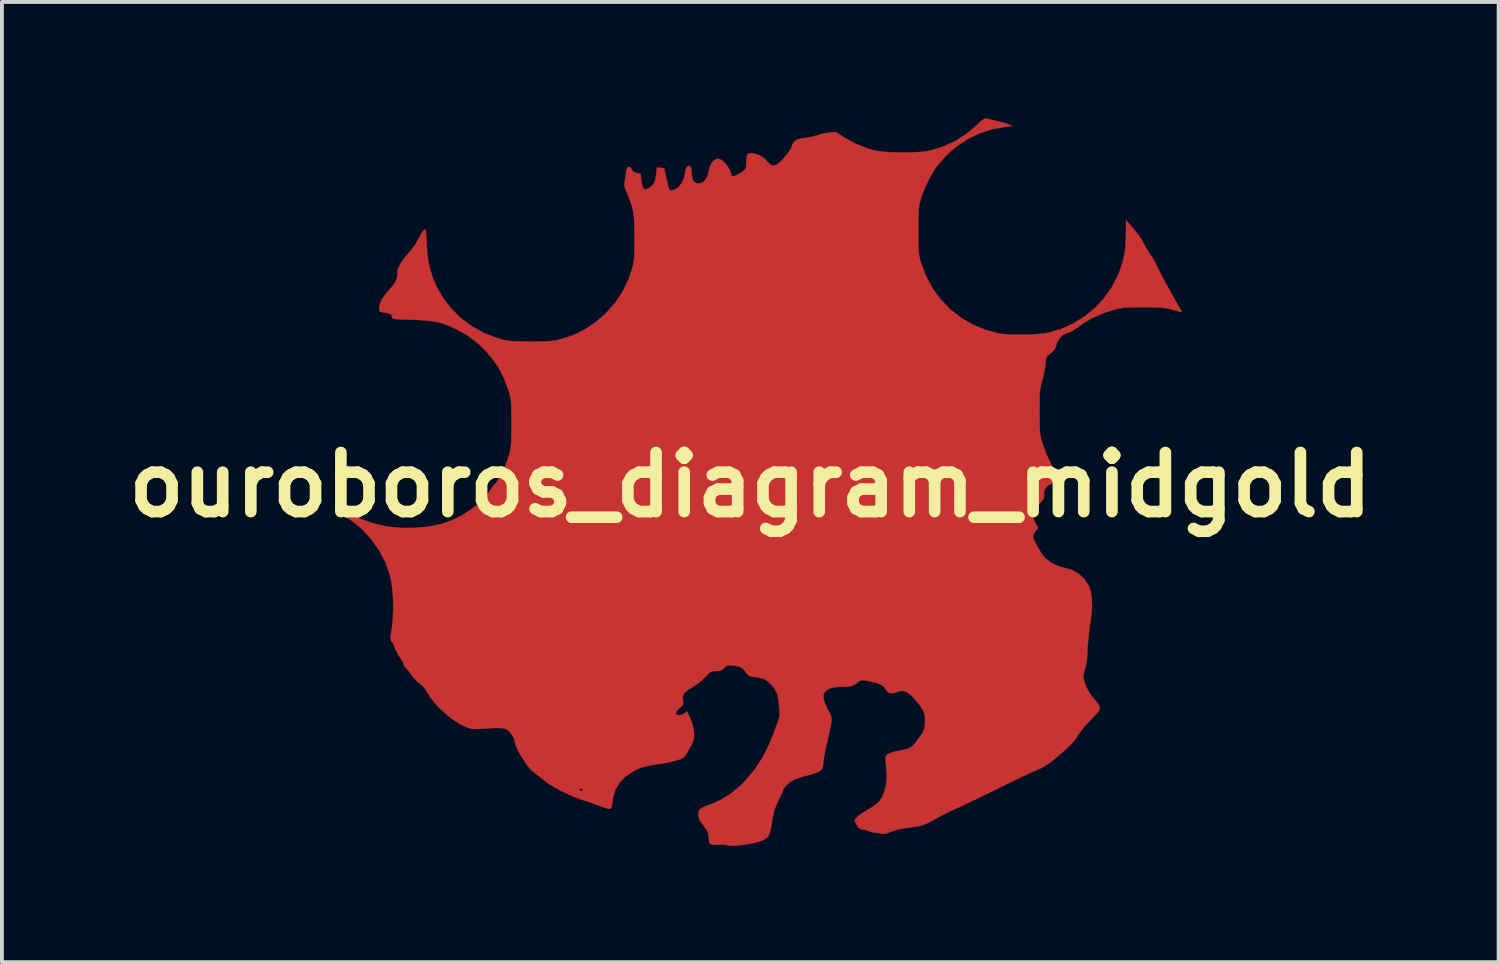
<source format=kicad_pcb>
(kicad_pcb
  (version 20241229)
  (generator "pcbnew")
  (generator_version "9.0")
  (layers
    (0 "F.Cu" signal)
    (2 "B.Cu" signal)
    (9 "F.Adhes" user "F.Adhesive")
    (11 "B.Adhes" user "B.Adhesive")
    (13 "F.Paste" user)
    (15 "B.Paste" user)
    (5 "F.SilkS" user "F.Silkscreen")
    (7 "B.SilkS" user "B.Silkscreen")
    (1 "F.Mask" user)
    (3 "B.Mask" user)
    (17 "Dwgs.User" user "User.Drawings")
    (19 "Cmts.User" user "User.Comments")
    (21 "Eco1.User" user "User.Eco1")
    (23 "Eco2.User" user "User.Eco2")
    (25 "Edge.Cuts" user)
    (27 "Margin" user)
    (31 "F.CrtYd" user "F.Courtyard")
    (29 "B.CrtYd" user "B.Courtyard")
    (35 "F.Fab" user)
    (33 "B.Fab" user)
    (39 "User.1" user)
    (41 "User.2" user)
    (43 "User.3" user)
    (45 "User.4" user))
  (footprint "ouroboros_diagram_midgold"
    (layer "F.Cu")
    (at 16.3 9.454)
    (property "Reference" "ouroboros_diagram_midgold" (at 0 0 0) (layer "F.SilkS") (effects (font (size 1.524 1.524) (thickness 0.3))))
    (attr through_hole)
    (fp_poly (pts (xy 6.106 -9.442) (xy 6.189 -9.424) (xy 6.295 -9.399) (xy 6.41 -9.369) (xy 6.521 -9.339) (xy 6.614 -9.311) (xy 6.677 -9.289) (xy 6.678 -9.288) (xy 6.761 -9.253) (xy 6.587 -9.235) (xy 6.248 -9.176) (xy 5.919 -9.069) (xy 5.606 -8.917) (xy 5.314 -8.724) (xy 5.05 -8.493) (xy 4.82 -8.23) (xy 4.718 -8.079) (xy 4.615 -7.896) (xy 4.519 -7.698) (xy 4.439 -7.504) (xy 4.389 -7.353) (xy 4.371 -7.283) (xy 4.357 -7.217) (xy 4.347 -7.145) (xy 4.34 -7.06) (xy 4.336 -6.953) (xy 4.334 -6.815) (xy 4.333 -6.639) (xy 4.333 -6.553) (xy 4.333 -6.362) (xy 4.334 -6.213) (xy 4.337 -6.098) (xy 4.343 -6.008) (xy 4.351 -5.935) (xy 4.363 -5.87) (xy 4.379 -5.804) (xy 4.401 -5.73) (xy 4.402 -5.728) (xy 4.531 -5.383) (xy 4.701 -5.067) (xy 4.91 -4.781) (xy 5.154 -4.528) (xy 5.431 -4.311) (xy 5.739 -4.132) (xy 6.073 -3.994) (xy 6.388 -3.908) (xy 6.502 -3.891) (xy 6.655 -3.88) (xy 6.833 -3.874) (xy 7.024 -3.874) (xy 7.216 -3.878) (xy 7.397 -3.888) (xy 7.553 -3.902) (xy 7.671 -3.92) (xy 8.006 -4.017) (xy 8.324 -4.158) (xy 8.618 -4.34) (xy 8.885 -4.558) (xy 9.12 -4.81) (xy 9.32 -5.09) (xy 9.479 -5.396) (xy 9.544 -5.563) (xy 9.604 -5.752) (xy 9.646 -5.932) (xy 9.672 -6.118) (xy 9.685 -6.328) (xy 9.688 -6.478) (xy 9.69 -6.823) (xy 9.804 -6.697) (xy 9.928 -6.554) (xy 10.023 -6.431) (xy 10.1 -6.312) (xy 10.162 -6.198) (xy 10.215 -6.098) (xy 10.273 -6.003) (xy 10.317 -5.939) (xy 10.364 -5.87) (xy 10.419 -5.773) (xy 10.472 -5.667) (xy 10.48 -5.651) (xy 10.536 -5.537) (xy 10.612 -5.389) (xy 10.706 -5.214) (xy 10.813 -5.021) (xy 10.927 -4.818) (xy 11.027 -4.644) (xy 11.074 -4.562) (xy 11.108 -4.499) (xy 11.125 -4.467) (xy 11.125 -4.465) (xy 11.102 -4.466) (xy 11.041 -4.479) (xy 10.952 -4.501) (xy 10.89 -4.517) (xy 10.805 -4.539) (xy 10.728 -4.555) (xy 10.648 -4.566) (xy 10.557 -4.574) (xy 10.445 -4.578) (xy 10.3 -4.58) (xy 10.135 -4.58) (xy 9.954 -4.58) (xy 9.815 -4.578) (xy 9.705 -4.573) (xy 9.617 -4.566) (xy 9.538 -4.554) (xy 9.46 -4.538) (xy 9.371 -4.515) (xy 9.362 -4.513) (xy 9.101 -4.427) (xy 8.843 -4.314) (xy 8.607 -4.18) (xy 8.468 -4.082) (xy 8.354 -4.002) (xy 8.254 -3.947) (xy 8.191 -3.926) (xy 8.083 -3.882) (xy 7.989 -3.799) (xy 7.92 -3.69) (xy 7.899 -3.63) (xy 7.872 -3.543) (xy 7.837 -3.479) (xy 7.78 -3.422) (xy 7.717 -3.372) (xy 7.669 -3.333) (xy 7.64 -3.296) (xy 7.624 -3.246) (xy 7.615 -3.167) (xy 7.612 -3.118) (xy 7.599 -3.007) (xy 7.573 -2.872) (xy 7.541 -2.736) (xy 7.529 -2.692) (xy 7.505 -2.611) (xy 7.488 -2.541) (xy 7.475 -2.472) (xy 7.467 -2.396) (xy 7.462 -2.304) (xy 7.459 -2.186) (xy 7.458 -2.033) (xy 7.458 -1.892) (xy 7.458 -1.702) (xy 7.46 -1.554) (xy 7.464 -1.439) (xy 7.471 -1.348) (xy 7.481 -1.272) (xy 7.495 -1.203) (xy 7.512 -1.139) (xy 7.629 -0.8) (xy 7.786 -0.48) (xy 7.977 -0.189) (xy 8.04 -0.109) (xy 8.107 -0.028) (xy 8.018 -0.053) (xy 7.894 -0.065) (xy 7.771 -0.037) (xy 7.666 0.023) (xy 7.64 0.049) (xy 7.593 0.114) (xy 7.576 0.183) (xy 7.575 0.241) (xy 7.572 0.322) (xy 7.548 0.381) (xy 7.5 0.438) (xy 7.449 0.502) (xy 7.395 0.589) (xy 7.345 0.683) (xy 7.307 0.768) (xy 7.29 0.83) (xy 7.29 0.835) (xy 7.301 0.875) (xy 7.331 0.942) (xy 7.357 0.992) (xy 7.423 1.115) (xy 7.357 1.194) (xy 7.314 1.258) (xy 7.291 1.315) (xy 7.29 1.325) (xy 7.304 1.384) (xy 7.34 1.471) (xy 7.394 1.575) (xy 7.456 1.683) (xy 7.521 1.784) (xy 7.582 1.865) (xy 7.607 1.892) (xy 7.768 2.017) (xy 7.958 2.103) (xy 8.078 2.134) (xy 8.292 2.196) (xy 8.472 2.296) (xy 8.618 2.431) (xy 8.727 2.6) (xy 8.733 2.614) (xy 8.78 2.758) (xy 8.807 2.938) (xy 8.813 3.142) (xy 8.798 3.36) (xy 8.779 3.488) (xy 8.756 3.635) (xy 8.735 3.807) (xy 8.715 3.99) (xy 8.7 4.167) (xy 8.69 4.323) (xy 8.687 4.434) (xy 8.679 4.523) (xy 8.659 4.636) (xy 8.632 4.746) (xy 8.603 4.849) (xy 8.591 4.922) (xy 8.593 4.984) (xy 8.606 5.045) (xy 8.668 5.222) (xy 8.76 5.385) (xy 8.879 5.539) (xy 8.953 5.628) (xy 8.998 5.698) (xy 9.012 5.759) (xy 8.995 5.821) (xy 8.943 5.892) (xy 8.857 5.983) (xy 8.793 6.045) (xy 8.654 6.189) (xy 8.537 6.332) (xy 8.462 6.443) (xy 8.397 6.54) (xy 8.318 6.637) (xy 8.216 6.743) (xy 8.082 6.868) (xy 8.074 6.874) (xy 7.92 7.01) (xy 7.79 7.117) (xy 7.677 7.2) (xy 7.569 7.267) (xy 7.458 7.324) (xy 7.333 7.379) (xy 7.322 7.383) (xy 7.244 7.417) (xy 7.128 7.47) (xy 6.983 7.538) (xy 6.815 7.619) (xy 6.632 7.708) (xy 6.442 7.801) (xy 6.364 7.84) (xy 6.166 7.938) (xy 5.965 8.037) (xy 5.771 8.131) (xy 5.592 8.216) (xy 5.437 8.289) (xy 5.316 8.344) (xy 5.289 8.356) (xy 5.149 8.42) (xy 5.006 8.49) (xy 4.878 8.556) (xy 4.778 8.612) (xy 4.769 8.618) (xy 4.621 8.702) (xy 4.486 8.762) (xy 4.345 8.802) (xy 4.179 8.829) (xy 4.085 8.84) (xy 3.888 8.867) (xy 3.717 8.913) (xy 3.639 8.941) (xy 3.532 8.981) (xy 3.458 9.001) (xy 3.405 9.002) (xy 3.38 8.996) (xy 3.31 8.978) (xy 3.225 8.968) (xy 3.216 8.968) (xy 3.13 8.955) (xy 3.052 8.93) (xy 3.046 8.927) (xy 2.969 8.9) (xy 2.9 8.89) (xy 2.845 8.879) (xy 2.797 8.84) (xy 2.759 8.789) (xy 2.72 8.725) (xy 2.696 8.677) (xy 2.692 8.665) (xy 2.715 8.612) (xy 2.78 8.545) (xy 2.883 8.468) (xy 3.004 8.394) (xy 3.156 8.302) (xy 3.269 8.218) (xy 3.351 8.133) (xy 3.41 8.034) (xy 3.455 7.913) (xy 3.491 7.771) (xy 3.511 7.671) (xy 3.52 7.582) (xy 3.52 7.486) (xy 3.511 7.364) (xy 3.506 7.311) (xy 3.496 7.196) (xy 3.491 7.097) (xy 3.491 7.026) (xy 3.495 7) (xy 3.536 6.951) (xy 3.621 6.909) (xy 3.751 6.873) (xy 3.823 6.859) (xy 3.957 6.834) (xy 4.053 6.81) (xy 4.125 6.779) (xy 4.183 6.735) (xy 4.242 6.67) (xy 4.299 6.597) (xy 4.384 6.483) (xy 4.441 6.397) (xy 4.477 6.326) (xy 4.496 6.256) (xy 4.504 6.176) (xy 4.506 6.096) (xy 4.505 5.989) (xy 4.494 5.912) (xy 4.47 5.845) (xy 4.434 5.779) (xy 4.369 5.682) (xy 4.285 5.578) (xy 4.195 5.479) (xy 4.109 5.398) (xy 4.038 5.347) (xy 4.034 5.344) (xy 3.927 5.311) (xy 3.83 5.324) (xy 3.797 5.341) (xy 3.738 5.362) (xy 3.66 5.371) (xy 3.649 5.37) (xy 3.575 5.359) (xy 3.527 5.322) (xy 3.507 5.293) (xy 3.446 5.211) (xy 3.375 5.155) (xy 3.278 5.115) (xy 3.213 5.097) (xy 3.073 5.063) (xy 2.972 5.044) (xy 2.901 5.038) (xy 2.848 5.047) (xy 2.804 5.068) (xy 2.776 5.09) (xy 2.682 5.156) (xy 2.582 5.193) (xy 2.457 5.206) (xy 2.415 5.207) (xy 2.248 5.212) (xy 2.121 5.229) (xy 2.028 5.26) (xy 1.958 5.307) (xy 1.955 5.31) (xy 1.905 5.369) (xy 1.883 5.435) (xy 1.887 5.517) (xy 1.92 5.622) (xy 1.981 5.758) (xy 1.997 5.789) (xy 2.034 5.86) (xy 2.062 5.915) (xy 2.082 5.963) (xy 2.093 6.01) (xy 2.096 6.063) (xy 2.089 6.131) (xy 2.074 6.219) (xy 2.049 6.336) (xy 2.014 6.488) (xy 1.97 6.68) (xy 1.938 6.825) (xy 1.912 6.962) (xy 1.892 7.079) (xy 1.881 7.164) (xy 1.88 7.19) (xy 1.872 7.273) (xy 1.843 7.336) (xy 1.786 7.387) (xy 1.695 7.429) (xy 1.562 7.469) (xy 1.515 7.481) (xy 1.392 7.514) (xy 1.272 7.551) (xy 1.174 7.585) (xy 1.144 7.596) (xy 1.061 7.643) (xy 0.977 7.706) (xy 0.905 7.775) (xy 0.855 7.84) (xy 0.838 7.885) (xy 0.827 7.922) (xy 0.797 7.992) (xy 0.753 8.082) (xy 0.727 8.133) (xy 0.647 8.308) (xy 0.598 8.47) (xy 0.586 8.535) (xy 0.557 8.715) (xy 0.532 8.852) (xy 0.508 8.953) (xy 0.482 9.025) (xy 0.452 9.076) (xy 0.413 9.114) (xy 0.363 9.144) (xy 0.316 9.167) (xy 0.225 9.201) (xy 0.104 9.232) (xy -0.035 9.26) (xy -0.18 9.283) (xy -0.321 9.299) (xy -0.444 9.306) (xy -0.539 9.303) (xy -0.584 9.293) (xy -0.643 9.281) (xy -0.731 9.276) (xy -0.813 9.279) (xy -0.929 9.284) (xy -1.004 9.273) (xy -1.046 9.241) (xy -1.064 9.185) (xy -1.067 9.132) (xy -1.073 9.031) (xy -1.098 8.946) (xy -1.149 8.862) (xy -1.216 8.779) (xy -1.302 8.654) (xy -1.339 8.535) (xy -1.327 8.423) (xy -1.321 8.409) (xy -1.301 8.372) (xy -1.267 8.342) (xy -1.209 8.312) (xy -1.118 8.276) (xy -1.048 8.252) (xy -0.767 8.129) (xy -0.499 7.96) (xy -0.24 7.743) (xy -0.146 7.649) (xy 0.099 7.361) (xy 0.312 7.039) (xy 0.493 6.681) (xy 0.59 6.439) (xy 0.65 6.279) (xy 0.694 6.157) (xy 0.725 6.066) (xy 0.745 5.995) (xy 0.755 5.936) (xy 0.758 5.879) (xy 0.754 5.816) (xy 0.747 5.738) (xy 0.742 5.687) (xy 0.724 5.533) (xy 0.7 5.417) (xy 0.664 5.323) (xy 0.612 5.239) (xy 0.54 5.153) (xy 0.446 5.063) (xy 0.35 5.005) (xy 0.234 4.971) (xy 0.131 4.957) (xy 0.04 4.946) (xy -0.018 4.93) (xy -0.057 4.902) (xy -0.096 4.852) (xy -0.103 4.841) (xy -0.18 4.751) (xy -0.272 4.694) (xy -0.393 4.663) (xy -0.455 4.656) (xy -0.539 4.651) (xy -0.592 4.658) (xy -0.634 4.684) (xy -0.672 4.722) (xy -0.723 4.769) (xy -0.776 4.793) (xy -0.85 4.8) (xy -0.882 4.801) (xy -0.95 4.802) (xy -1 4.812) (xy -1.044 4.837) (xy -1.097 4.886) (xy -1.163 4.955) (xy -1.259 5.047) (xy -1.373 5.138) (xy -1.479 5.21) (xy -1.48 5.21) (xy -1.596 5.282) (xy -1.674 5.339) (xy -1.72 5.391) (xy -1.74 5.446) (xy -1.74 5.513) (xy -1.737 5.542) (xy -1.73 5.613) (xy -1.737 5.66) (xy -1.767 5.703) (xy -1.826 5.76) (xy -1.829 5.763) (xy -1.899 5.837) (xy -1.924 5.89) (xy -1.922 5.903) (xy -1.886 5.935) (xy -1.823 5.942) (xy -1.75 5.925) (xy -1.696 5.894) (xy -1.632 5.844) (xy -1.549 6.024) (xy -1.485 6.195) (xy -1.455 6.359) (xy -1.454 6.375) (xy -1.451 6.462) (xy -1.458 6.538) (xy -1.478 6.615) (xy -1.517 6.703) (xy -1.578 6.814) (xy -1.633 6.908) (xy -1.677 6.979) (xy -1.717 7.025) (xy -1.767 7.057) (xy -1.842 7.086) (xy -1.905 7.106) (xy -2.032 7.14) (xy -2.177 7.171) (xy -2.299 7.191) (xy -2.515 7.222) (xy -2.692 7.257) (xy -2.84 7.301) (xy -2.97 7.358) (xy -3.095 7.432) (xy -3.224 7.527) (xy -3.231 7.533) (xy -3.367 7.671) (xy -3.47 7.84) (xy -3.533 8.025) (xy -3.544 8.09) (xy -3.559 8.209) (xy -3.574 8.287) (xy -3.589 8.332) (xy -3.608 8.352) (xy -3.634 8.357) (xy -3.677 8.348) (xy -3.755 8.324) (xy -3.856 8.29) (xy -3.943 8.258) (xy -4.075 8.209) (xy -4.215 8.161) (xy -4.34 8.119) (xy -4.393 8.103) (xy -4.504 8.063) (xy -4.64 8.006) (xy -4.788 7.936) (xy -4.924 7.867) (xy -4.409 7.867) (xy -4.406 7.876) (xy -4.374 7.896) (xy -4.336 7.896) (xy -4.318 7.875) (xy -4.338 7.84) (xy -4.38 7.83) (xy -4.395 7.836) (xy -4.409 7.867) (xy -4.924 7.867) (xy -4.937 7.86) (xy -5.077 7.783) (xy -5.196 7.711) (xy -5.283 7.65) (xy -5.304 7.632) (xy -5.378 7.569) (xy -5.47 7.497) (xy -5.537 7.448) (xy -5.647 7.356) (xy -5.753 7.232) (xy -5.811 7.149) (xy -5.923 6.971) (xy -6.005 6.824) (xy -6.054 6.71) (xy -6.071 6.633) (xy -6.089 6.555) (xy -6.135 6.463) (xy -6.197 6.378) (xy -6.263 6.318) (xy -6.276 6.311) (xy -6.324 6.29) (xy -6.383 6.277) (xy -6.46 6.27) (xy -6.563 6.27) (xy -6.7 6.275) (xy -6.871 6.285) (xy -7.004 6.293) (xy -7.101 6.295) (xy -7.172 6.291) (xy -7.233 6.279) (xy -7.296 6.259) (xy -7.319 6.251) (xy -7.483 6.172) (xy -7.659 6.059) (xy -7.836 5.921) (xy -8.004 5.769) (xy -8.15 5.612) (xy -8.263 5.459) (xy -8.294 5.407) (xy -8.38 5.271) (xy -8.476 5.164) (xy -8.537 5.113) (xy -8.618 5.041) (xy -8.69 4.965) (xy -8.732 4.908) (xy -8.788 4.825) (xy -8.854 4.747) (xy -8.863 4.739) (xy -8.912 4.683) (xy -8.939 4.633) (xy -8.941 4.622) (xy -8.955 4.581) (xy -8.992 4.514) (xy -9.04 4.442) (xy -9.097 4.351) (xy -9.145 4.258) (xy -9.168 4.197) (xy -9.191 4.128) (xy -9.215 4.082) (xy -9.222 4.075) (xy -9.262 4.024) (xy -9.279 3.945) (xy -9.269 3.857) (xy -9.269 3.856) (xy -9.258 3.798) (xy -9.244 3.703) (xy -9.231 3.583) (xy -9.219 3.453) (xy -9.207 3.21) (xy -9.211 2.959) (xy -9.228 2.714) (xy -9.258 2.491) (xy -9.297 2.313) (xy -9.41 1.998) (xy -9.568 1.696) (xy -9.764 1.415) (xy -9.993 1.162) (xy -10.249 0.947) (xy -10.317 0.899) (xy -10.403 0.84) (xy -10.473 0.79) (xy -10.515 0.756) (xy -10.522 0.749) (xy -10.537 0.707) (xy -10.54 0.655) (xy -10.53 0.617) (xy -10.519 0.61) (xy -10.489 0.623) (xy -10.429 0.657) (xy -10.349 0.707) (xy -10.326 0.722) (xy -10.042 0.879) (xy -9.727 0.996) (xy -9.382 1.074) (xy -9.009 1.111) (xy -8.661 1.11) (xy -8.317 1.08) (xy -8.008 1.02) (xy -7.726 0.928) (xy -7.462 0.802) (xy -7.404 0.768) (xy -7.237 0.66) (xy -7.079 0.541) (xy -6.938 0.419) (xy -6.823 0.301) (xy -6.742 0.195) (xy -6.726 0.167) (xy -6.673 0.084) (xy -6.605 0.003) (xy -6.589 -0.014) (xy -6.53 -0.085) (xy -6.463 -0.195) (xy -6.393 -0.33) (xy -6.324 -0.48) (xy -6.264 -0.633) (xy -6.217 -0.778) (xy -6.199 -0.847) (xy -6.186 -0.912) (xy -6.176 -0.983) (xy -6.169 -1.068) (xy -6.165 -1.174) (xy -6.162 -1.311) (xy -6.162 -1.487) (xy -6.162 -1.587) (xy -6.162 -1.78) (xy -6.163 -1.93) (xy -6.166 -2.047) (xy -6.171 -2.137) (xy -6.178 -2.21) (xy -6.19 -2.274) (xy -6.206 -2.337) (xy -6.227 -2.408) (xy -6.232 -2.426) (xy -6.349 -2.743) (xy -6.495 -3.026) (xy -6.677 -3.286) (xy -6.83 -3.461) (xy -7.052 -3.674) (xy -7.287 -3.849) (xy -7.553 -4) (xy -7.582 -4.015) (xy -7.743 -4.089) (xy -7.893 -4.147) (xy -8.041 -4.19) (xy -8.199 -4.22) (xy -8.377 -4.241) (xy -8.588 -4.254) (xy -8.759 -4.26) (xy -8.928 -4.265) (xy -9.053 -4.27) (xy -9.14 -4.275) (xy -9.196 -4.281) (xy -9.226 -4.29) (xy -9.238 -4.302) (xy -9.238 -4.317) (xy -9.238 -4.32) (xy -9.245 -4.376) (xy -9.301 -4.416) (xy -9.405 -4.441) (xy -9.433 -4.445) (xy -9.51 -4.455) (xy -9.55 -4.471) (xy -9.567 -4.501) (xy -9.571 -4.531) (xy -9.56 -4.646) (xy -9.503 -4.778) (xy -9.4 -4.926) (xy -9.33 -5.007) (xy -9.218 -5.137) (xy -9.146 -5.246) (xy -9.108 -5.34) (xy -9.101 -5.426) (xy -9.105 -5.45) (xy -9.098 -5.531) (xy -9.056 -5.638) (xy -8.982 -5.763) (xy -8.881 -5.9) (xy -8.782 -6.014) (xy -8.639 -6.196) (xy -8.546 -6.363) (xy -8.5 -6.454) (xy -8.455 -6.528) (xy -8.419 -6.572) (xy -8.413 -6.576) (xy -8.394 -6.583) (xy -8.38 -6.578) (xy -8.37 -6.552) (xy -8.363 -6.499) (xy -8.357 -6.412) (xy -8.351 -6.284) (xy -8.349 -6.228) (xy -8.324 -5.91) (xy -8.275 -5.627) (xy -8.199 -5.367) (xy -8.102 -5.133) (xy -7.926 -4.823) (xy -7.71 -4.543) (xy -7.459 -4.296) (xy -7.176 -4.085) (xy -6.864 -3.913) (xy -6.528 -3.782) (xy -6.381 -3.74) (xy -6.308 -3.725) (xy -6.222 -3.713) (xy -6.116 -3.705) (xy -5.983 -3.7) (xy -5.812 -3.697) (xy -5.664 -3.696) (xy -5.476 -3.697) (xy -5.329 -3.699) (xy -5.214 -3.703) (xy -5.121 -3.71) (xy -5.041 -3.721) (xy -4.964 -3.736) (xy -4.893 -3.753) (xy -4.557 -3.864) (xy -4.243 -4.02) (xy -3.951 -4.223) (xy -3.719 -4.43) (xy -3.479 -4.704) (xy -3.284 -4.998) (xy -3.133 -5.316) (xy -3.044 -5.588) (xy -3.024 -5.665) (xy -3.01 -5.736) (xy -2.999 -5.811) (xy -2.992 -5.9) (xy -2.988 -6.011) (xy -2.986 -6.153) (xy -2.985 -6.336) (xy -2.985 -6.363) (xy -2.987 -6.579) (xy -2.991 -6.755) (xy -3.001 -6.9) (xy -3.017 -7.026) (xy -3.041 -7.142) (xy -3.075 -7.258) (xy -3.12 -7.385) (xy -3.163 -7.495) (xy -3.251 -7.714) (xy -3.219 -7.953) (xy -3.203 -8.066) (xy -3.188 -8.137) (xy -3.172 -8.177) (xy -3.151 -8.195) (xy -3.136 -8.199) (xy -3.091 -8.187) (xy -3.058 -8.133) (xy -3.057 -8.132) (xy -3.027 -8.079) (xy -2.975 -8.051) (xy -2.928 -8.04) (xy -2.826 -8.023) (xy -2.813 -7.859) (xy -2.794 -7.732) (xy -2.76 -7.652) (xy -2.71 -7.62) (xy -2.643 -7.635) (xy -2.557 -7.696) (xy -2.555 -7.697) (xy -2.51 -7.741) (xy -2.479 -7.786) (xy -2.457 -7.845) (xy -2.44 -7.93) (xy -2.424 -8.047) (xy -2.408 -8.182) (xy -2.223 -8.166) (xy -2.167 -7.916) (xy -2.138 -7.785) (xy -2.116 -7.695) (xy -2.098 -7.639) (xy -2.081 -7.609) (xy -2.061 -7.597) (xy -2.034 -7.595) (xy -2.029 -7.595) (xy -1.932 -7.619) (xy -1.842 -7.685) (xy -1.765 -7.785) (xy -1.71 -7.91) (xy -1.685 -8.02) (xy -1.663 -8.136) (xy -1.633 -8.205) (xy -1.592 -8.229) (xy -1.588 -8.23) (xy -1.551 -8.217) (xy -1.527 -8.175) (xy -1.515 -8.095) (xy -1.511 -8.022) (xy -1.497 -7.901) (xy -1.459 -7.822) (xy -1.394 -7.781) (xy -1.33 -7.772) (xy -1.235 -7.796) (xy -1.157 -7.867) (xy -1.097 -7.981) (xy -1.057 -8.139) (xy -1.054 -8.16) (xy -1.02 -8.265) (xy -0.958 -8.348) (xy -0.879 -8.398) (xy -0.825 -8.407) (xy -0.759 -8.386) (xy -0.684 -8.329) (xy -0.611 -8.248) (xy -0.549 -8.153) (xy -0.52 -8.09) (xy -0.493 -8.018) (xy -0.475 -7.969) (xy -0.47 -7.957) (xy -0.442 -7.955) (xy -0.386 -7.974) (xy -0.315 -8.007) (xy -0.244 -8.048) (xy -0.202 -8.078) (xy -0.146 -8.125) (xy -0.116 -8.167) (xy -0.104 -8.22) (xy -0.102 -8.304) (xy -0.102 -8.31) (xy -0.096 -8.429) (xy -0.078 -8.505) (xy -0.042 -8.544) (xy 0.015 -8.554) (xy 0.054 -8.55) (xy 0.213 -8.509) (xy 0.336 -8.441) (xy 0.433 -8.343) (xy 0.508 -8.262) (xy 0.581 -8.23) (xy 0.66 -8.246) (xy 0.75 -8.31) (xy 0.81 -8.369) (xy 0.879 -8.446) (xy 0.948 -8.529) (xy 1.007 -8.608) (xy 1.05 -8.673) (xy 1.067 -8.711) (xy 1.067 -8.712) (xy 1.078 -8.753) (xy 1.104 -8.812) (xy 1.104 -8.813) (xy 1.145 -8.865) (xy 1.209 -8.903) (xy 1.305 -8.93) (xy 1.443 -8.95) (xy 1.457 -8.952) (xy 1.565 -8.97) (xy 1.675 -8.998) (xy 1.724 -9.016) (xy 1.812 -9.043) (xy 1.925 -9.067) (xy 2.026 -9.08) (xy 2.21 -9.096) (xy 2.404 -8.968) (xy 2.698 -8.804) (xy 3.026 -8.674) (xy 3.171 -8.63) (xy 3.291 -8.606) (xy 3.45 -8.588) (xy 3.637 -8.576) (xy 3.839 -8.57) (xy 4.046 -8.57) (xy 4.246 -8.576) (xy 4.426 -8.589) (xy 4.576 -8.608) (xy 4.636 -8.62) (xy 4.974 -8.724) (xy 5.294 -8.872) (xy 5.589 -9.061) (xy 5.846 -9.281) (xy 5.925 -9.355) (xy 5.994 -9.412) (xy 6.043 -9.444) (xy 6.058 -9.449) (xy 6.106 -9.442)) (stroke (width 0.01) (type solid)) (fill yes) (layer "F.Cu")))
  (gr_rect
    (start -3 -3)
    (end 35.599 21.765)
    (stroke (width 0.1) (type default))
    (fill no)
    (layer "Edge.Cuts")))
</source>
